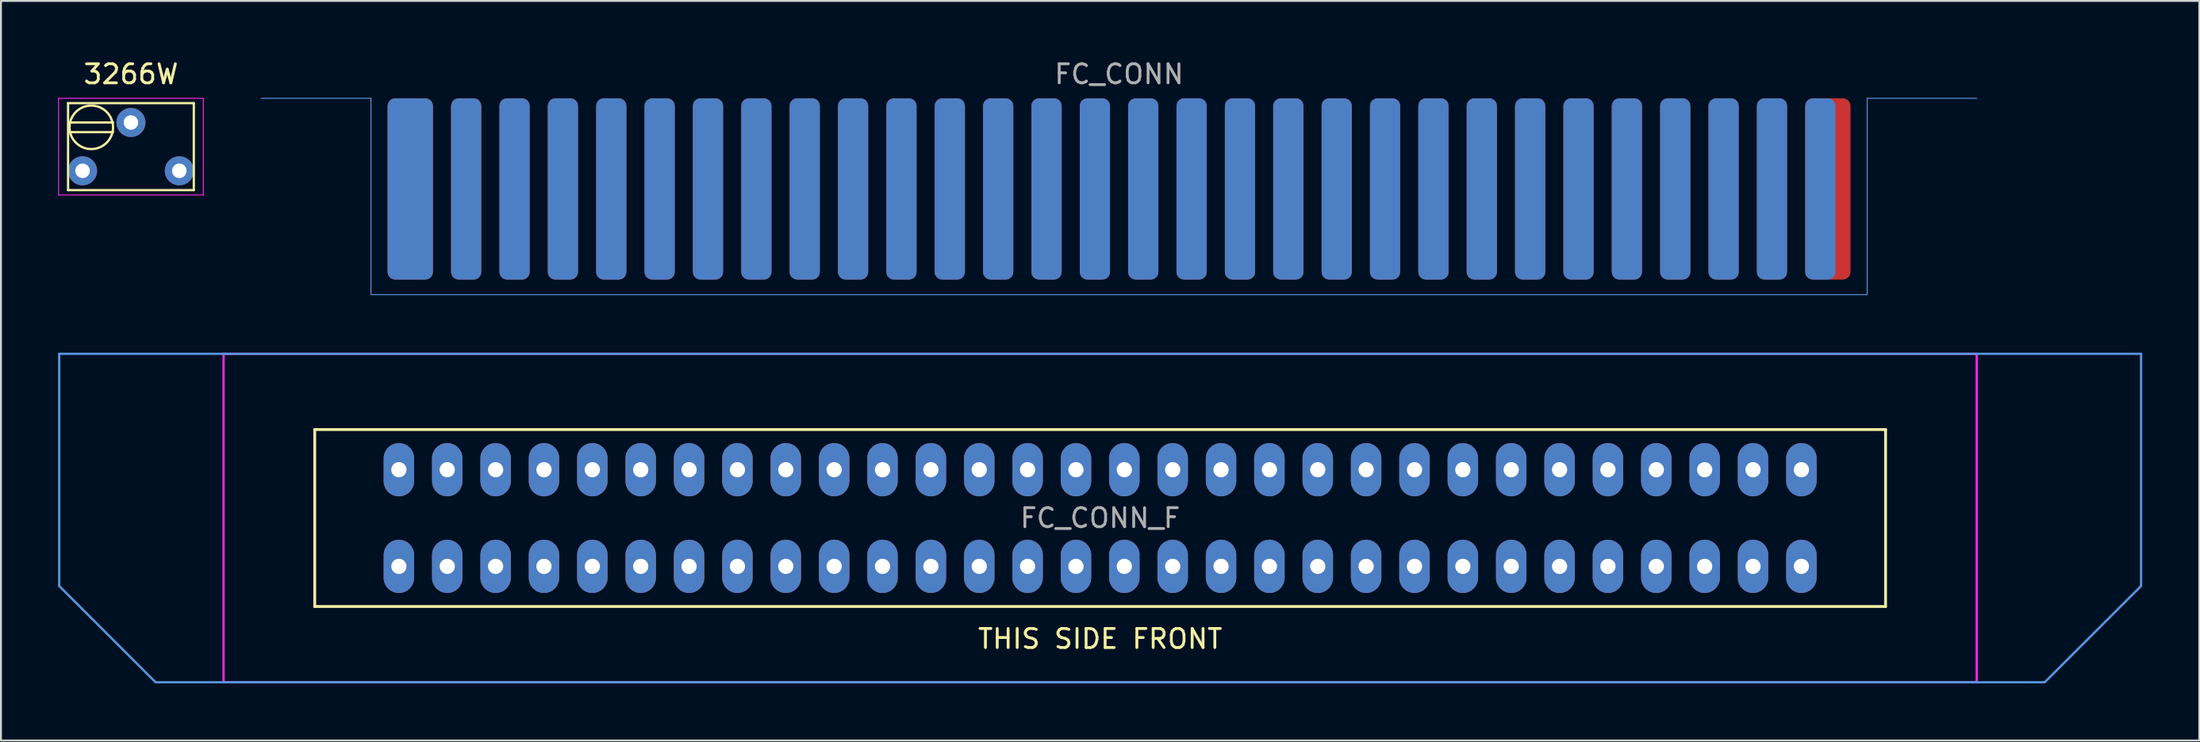
<source format=kicad_pcb>
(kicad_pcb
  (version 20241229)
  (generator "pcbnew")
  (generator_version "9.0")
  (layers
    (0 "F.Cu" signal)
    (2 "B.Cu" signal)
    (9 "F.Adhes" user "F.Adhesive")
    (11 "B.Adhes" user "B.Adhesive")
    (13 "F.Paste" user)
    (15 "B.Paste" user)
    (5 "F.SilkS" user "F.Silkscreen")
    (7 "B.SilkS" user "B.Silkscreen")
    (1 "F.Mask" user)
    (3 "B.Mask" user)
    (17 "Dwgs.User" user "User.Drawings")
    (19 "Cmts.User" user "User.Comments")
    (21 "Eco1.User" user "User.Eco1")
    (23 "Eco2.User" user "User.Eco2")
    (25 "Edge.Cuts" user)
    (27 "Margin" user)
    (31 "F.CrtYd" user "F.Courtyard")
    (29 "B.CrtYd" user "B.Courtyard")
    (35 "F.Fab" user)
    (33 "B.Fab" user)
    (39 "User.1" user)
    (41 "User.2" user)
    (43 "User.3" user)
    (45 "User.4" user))
  (footprint "FC_CONN"
    (layer "F.Cu")
    (at 55.724 2.118)
    (property "Reference" "FC_CONN" (at 0 -1.27 0) (layer "F.Fab") (effects (font (size 1 1) (thickness 0.15))))
    (attr through_hole)
    (fp_poly (pts (xy 39.291 10.319) (xy -39.291 10.319) (xy -39.291 3.969) (xy 39.291 3.969)) (stroke (width 0.1) (type solid)) (fill yes) (layer "F.Mask"))
    (fp_poly (pts (xy 39.291 10.319) (xy -39.291 10.319) (xy -39.291 3.969) (xy 39.291 3.969)) (stroke (width 0.1) (type solid)) (fill yes) (layer "B.Mask"))
    (fp_line (start -45.045 0) (end -39.291 0) (stroke (width 0.05) (type solid)) (layer "Cmts.User"))
    (fp_line (start -39.291 0) (end -39.291 10.319) (stroke (width 0.05) (type solid)) (layer "Cmts.User"))
    (fp_line (start -39.291 10.319) (end 39.291 10.319) (stroke (width 0.05) (type solid)) (layer "Cmts.User"))
    (fp_line (start 39.291 0) (end 39.291 10.319) (stroke (width 0.05) (type solid)) (layer "Cmts.User"))
    (fp_line (start 45.045 0) (end 39.291 0) (stroke (width 0.05) (type solid)) (layer "Cmts.User"))
    (pad "1" connect roundrect (at -37.227 4.763) (size 2.381 9.525) (layers "F.Cu") (roundrect_rratio 0.167))
    (pad "2" connect roundrect (at -34.29 4.763) (size 1.587 9.525) (layers "F.Cu") (roundrect_rratio 0.25))
    (pad "3" connect roundrect (at -31.75 4.763) (size 1.587 9.525) (layers "F.Cu") (roundrect_rratio 0.25))
    (pad "4" connect roundrect (at -29.21 4.763) (size 1.587 9.525) (layers "F.Cu") (roundrect_rratio 0.25))
    (pad "5" connect roundrect (at -26.67 4.763) (size 1.587 9.525) (layers "F.Cu") (roundrect_rratio 0.25))
    (pad "6" connect roundrect (at -24.13 4.763) (size 1.587 9.525) (layers "F.Cu") (roundrect_rratio 0.25))
    (pad "7" connect roundrect (at -21.59 4.763) (size 1.587 9.525) (layers "F.Cu") (roundrect_rratio 0.25))
    (pad "8" connect roundrect (at -19.05 4.763) (size 1.587 9.525) (layers "F.Cu") (roundrect_rratio 0.25))
    (pad "9" connect roundrect (at -16.51 4.763) (size 1.587 9.525) (layers "F.Cu") (roundrect_rratio 0.25))
    (pad "10" connect roundrect (at -13.97 4.763) (size 1.587 9.525) (layers "F.Cu") (roundrect_rratio 0.25))
    (pad "11" connect roundrect (at -11.43 4.763) (size 1.587 9.525) (layers "F.Cu") (roundrect_rratio 0.25))
    (pad "12" connect roundrect (at -8.89 4.763) (size 1.587 9.525) (layers "F.Cu") (roundrect_rratio 0.25))
    (pad "13" connect roundrect (at -6.35 4.763) (size 1.587 9.525) (layers "F.Cu") (roundrect_rratio 0.25))
    (pad "14" connect roundrect (at -3.81 4.763) (size 1.587 9.525) (layers "F.Cu") (roundrect_rratio 0.25))
    (pad "15" connect roundrect (at -1.27 4.763) (size 1.587 9.525) (layers "F.Cu") (roundrect_rratio 0.25))
    (pad "16" connect roundrect (at 1.27 4.763) (size 1.587 9.525) (layers "F.Cu") (roundrect_rratio 0.25))
    (pad "17" connect roundrect (at 3.81 4.763) (size 1.587 9.525) (layers "F.Cu") (roundrect_rratio 0.25))
    (pad "18" connect roundrect (at 6.35 4.763) (size 1.587 9.525) (layers "F.Cu") (roundrect_rratio 0.25))
    (pad "19" connect roundrect (at 8.89 4.763) (size 1.587 9.525) (layers "F.Cu") (roundrect_rratio 0.25))
    (pad "20" connect roundrect (at 11.43 4.763) (size 1.587 9.525) (layers "F.Cu") (roundrect_rratio 0.25))
    (pad "21" connect roundrect (at 13.97 4.763) (size 1.587 9.525) (layers "F.Cu") (roundrect_rratio 0.25))
    (pad "22" connect roundrect (at 16.51 4.763) (size 1.587 9.525) (layers "F.Cu") (roundrect_rratio 0.25))
    (pad "23" connect roundrect (at 19.05 4.763) (size 1.587 9.525) (layers "F.Cu") (roundrect_rratio 0.25))
    (pad "24" connect roundrect (at 21.59 4.763) (size 1.587 9.525) (layers "F.Cu") (roundrect_rratio 0.25))
    (pad "25" connect roundrect (at 24.13 4.763) (size 1.587 9.525) (layers "F.Cu") (roundrect_rratio 0.25))
    (pad "26" connect roundrect (at 26.67 4.763) (size 1.587 9.525) (layers "F.Cu") (roundrect_rratio 0.25))
    (pad "27" connect roundrect (at 29.21 4.763) (size 1.587 9.525) (layers "F.Cu") (roundrect_rratio 0.25))
    (pad "28" connect roundrect (at 31.75 4.763) (size 1.587 9.525) (layers "F.Cu") (roundrect_rratio 0.25))
    (pad "29" connect roundrect (at 34.29 4.763) (size 1.587 9.525) (layers "F.Cu") (roundrect_rratio 0.25))
    (pad "30" connect roundrect (at 37.227 4.763) (size 2.381 9.525) (layers "F.Cu") (roundrect_rratio 0.167))
    (pad "31" connect roundrect (at -37.227 4.763) (size 2.381 9.525) (layers "B.Cu") (roundrect_rratio 0.167))
    (pad "32" connect roundrect (at -34.29 4.763 180) (size 1.587 9.525) (layers "B.Cu") (roundrect_rratio 0.25))
    (pad "33" connect roundrect (at -31.75 4.763 180) (size 1.587 9.525) (layers "B.Cu") (roundrect_rratio 0.25))
    (pad "34" connect roundrect (at -29.21 4.763 180) (size 1.587 9.525) (layers "B.Cu") (roundrect_rratio 0.25))
    (pad "35" connect roundrect (at -26.67 4.763 180) (size 1.587 9.525) (layers "B.Cu") (roundrect_rratio 0.25))
    (pad "36" connect roundrect (at -24.13 4.763 180) (size 1.587 9.525) (layers "B.Cu") (roundrect_rratio 0.25))
    (pad "37" connect roundrect (at -21.59 4.763 180) (size 1.587 9.525) (layers "B.Cu") (roundrect_rratio 0.25))
    (pad "38" connect roundrect (at -19.05 4.763 180) (size 1.587 9.525) (layers "B.Cu") (roundrect_rratio 0.25))
    (pad "39" connect roundrect (at -16.51 4.763 180) (size 1.587 9.525) (layers "B.Cu") (roundrect_rratio 0.25))
    (pad "40" connect roundrect (at -13.97 4.763 180) (size 1.587 9.525) (layers "B.Cu") (roundrect_rratio 0.25))
    (pad "41" connect roundrect (at -11.43 4.763 180) (size 1.587 9.525) (layers "B.Cu") (roundrect_rratio 0.25))
    (pad "42" connect roundrect (at -8.89 4.763 180) (size 1.587 9.525) (layers "B.Cu") (roundrect_rratio 0.25))
    (pad "43" connect roundrect (at -6.35 4.763 180) (size 1.587 9.525) (layers "B.Cu") (roundrect_rratio 0.25))
    (pad "44" connect roundrect (at -3.81 4.763 180) (size 1.587 9.525) (layers "B.Cu") (roundrect_rratio 0.25))
    (pad "45" connect roundrect (at -1.27 4.763 180) (size 1.587 9.525) (layers "B.Cu") (roundrect_rratio 0.25))
    (pad "46" connect roundrect (at 1.27 4.763 180) (size 1.587 9.525) (layers "B.Cu") (roundrect_rratio 0.25))
    (pad "47" connect roundrect (at 3.81 4.763 180) (size 1.587 9.525) (layers "B.Cu") (roundrect_rratio 0.25))
    (pad "48" connect roundrect (at 6.35 4.763 180) (size 1.587 9.525) (layers "B.Cu") (roundrect_rratio 0.25))
    (pad "49" connect roundrect (at 8.89 4.763 180) (size 1.587 9.525) (layers "B.Cu") (roundrect_rratio 0.25))
    (pad "50" connect roundrect (at 11.43 4.763 180) (size 1.587 9.525) (layers "B.Cu") (roundrect_rratio 0.25))
    (pad "51" connect roundrect (at 13.97 4.763 180) (size 1.587 9.525) (layers "B.Cu") (roundrect_rratio 0.25))
    (pad "52" connect roundrect (at 16.51 4.763 180) (size 1.587 9.525) (layers "B.Cu") (roundrect_rratio 0.25))
    (pad "53" connect roundrect (at 19.05 4.763 180) (size 1.587 9.525) (layers "B.Cu") (roundrect_rratio 0.25))
    (pad "54" connect roundrect (at 21.59 4.763 180) (size 1.587 9.525) (layers "B.Cu") (roundrect_rratio 0.25))
    (pad "55" connect roundrect (at 24.13 4.763 180) (size 1.587 9.525) (layers "B.Cu") (roundrect_rratio 0.25))
    (pad "56" connect roundrect (at 26.67 4.763 180) (size 1.587 9.525) (layers "B.Cu") (roundrect_rratio 0.25))
    (pad "57" connect roundrect (at 29.21 4.763 180) (size 1.587 9.525) (layers "B.Cu") (roundrect_rratio 0.25))
    (pad "58" connect roundrect (at 31.75 4.763 180) (size 1.587 9.525) (layers "B.Cu") (roundrect_rratio 0.25))
    (pad "59" connect roundrect (at 34.29 4.763 180) (size 1.587 9.525) (layers "B.Cu") (roundrect_rratio 0.25))
    (pad "60" connect roundrect (at 36.83 4.763 180) (size 1.587 9.525) (layers "B.Cu") (roundrect_rratio 0.25)))
  (footprint "FC_CONN_F"
    (layer "F.Cu")
    (at 54.73 24.179)
    (property "Reference" "FC_CONN_F" (at 0 0 0) (layer "F.Fab") (effects (font (size 1 1) (thickness 0.15))))
    (attr through_hole)
    (fp_line (start -41.25 -4.65) (end -41.25 4.65) (stroke (width 0.15) (type solid)) (layer "F.SilkS"))
    (fp_line (start -41.25 -4.65) (end 41.25 -4.65) (stroke (width 0.15) (type solid)) (layer "F.SilkS"))
    (fp_line (start 41.25 -4.65) (end 41.25 4.65) (stroke (width 0.15) (type solid)) (layer "F.SilkS"))
    (fp_line (start 41.25 4.65) (end -41.25 4.65) (stroke (width 0.15) (type solid)) (layer "F.SilkS"))
    (fp_line (start -54.67 -8.632) (end -54.67 3.572) (stroke (width 0.12) (type solid)) (layer "Cmts.User"))
    (fp_line (start -54.67 -8.632) (end 54.67 -8.632) (stroke (width 0.12) (type solid)) (layer "Cmts.User"))
    (fp_line (start -54.67 3.572) (end -49.609 8.632) (stroke (width 0.12) (type solid)) (layer "Cmts.User"))
    (fp_line (start 49.609 8.632) (end -49.609 8.632) (stroke (width 0.12) (type solid)) (layer "Cmts.User"))
    (fp_line (start 49.609 8.632) (end 54.67 3.572) (stroke (width 0.12) (type solid)) (layer "Cmts.User"))
    (fp_line (start 54.67 -8.632) (end 54.67 3.572) (stroke (width 0.12) (type solid)) (layer "Cmts.User"))
    (fp_line (start -46.038 8.632) (end -46.038 -8.632) (stroke (width 0.12) (type solid)) (layer "F.CrtYd"))
    (fp_line (start -46.038 8.632) (end 46.038 8.632) (stroke (width 0.12) (type solid)) (layer "F.CrtYd"))
    (fp_line (start 46.038 -8.632) (end -46.038 -8.632) (stroke (width 0.12) (type solid)) (layer "F.CrtYd"))
    (fp_line (start 46.038 -8.632) (end 46.038 8.632) (stroke (width 0.12) (type solid)) (layer "F.CrtYd"))
    (fp_text user "THIS SIDE FRONT" (at 0 6.35 0) (layer "F.SilkS") (effects (font (size 1 1) (thickness 0.15))))
    (pad "1" thru_hole oval (at -36.83 2.54) (size 1.6 2.8) (drill 0.8) (layers "*.Cu" "*.Mask"))
    (pad "2" thru_hole oval (at -34.29 2.54) (size 1.6 2.8) (drill 0.8) (layers "*.Cu" "*.Mask"))
    (pad "3" thru_hole oval (at -31.75 2.54) (size 1.6 2.8) (drill 0.8) (layers "*.Cu" "*.Mask"))
    (pad "4" thru_hole oval (at -29.21 2.54) (size 1.6 2.8) (drill 0.8) (layers "*.Cu" "*.Mask"))
    (pad "5" thru_hole oval (at -26.67 2.54) (size 1.6 2.8) (drill 0.8) (layers "*.Cu" "*.Mask"))
    (pad "6" thru_hole oval (at -24.13 2.54) (size 1.6 2.8) (drill 0.8) (layers "*.Cu" "*.Mask"))
    (pad "7" thru_hole oval (at -21.59 2.54) (size 1.6 2.8) (drill 0.8) (layers "*.Cu" "*.Mask"))
    (pad "8" thru_hole oval (at -19.05 2.54) (size 1.6 2.8) (drill 0.8) (layers "*.Cu" "*.Mask"))
    (pad "9" thru_hole oval (at -16.51 2.54) (size 1.6 2.8) (drill 0.8) (layers "*.Cu" "*.Mask"))
    (pad "10" thru_hole oval (at -13.97 2.54) (size 1.6 2.8) (drill 0.8) (layers "*.Cu" "*.Mask"))
    (pad "11" thru_hole oval (at -11.43 2.54) (size 1.6 2.8) (drill 0.8) (layers "*.Cu" "*.Mask"))
    (pad "12" thru_hole oval (at -8.89 2.54) (size 1.6 2.8) (drill 0.8) (layers "*.Cu" "*.Mask"))
    (pad "13" thru_hole oval (at -6.35 2.54) (size 1.6 2.8) (drill 0.8) (layers "*.Cu" "*.Mask"))
    (pad "14" thru_hole oval (at -3.81 2.54) (size 1.6 2.8) (drill 0.8) (layers "*.Cu" "*.Mask"))
    (pad "15" thru_hole oval (at -1.27 2.54) (size 1.6 2.8) (drill 0.8) (layers "*.Cu" "*.Mask"))
    (pad "16" thru_hole oval (at 1.27 2.54) (size 1.6 2.8) (drill 0.8) (layers "*.Cu" "*.Mask"))
    (pad "17" thru_hole oval (at 3.81 2.54) (size 1.6 2.8) (drill 0.8) (layers "*.Cu" "*.Mask"))
    (pad "18" thru_hole oval (at 6.35 2.54) (size 1.6 2.8) (drill 0.8) (layers "*.Cu" "*.Mask"))
    (pad "19" thru_hole oval (at 8.89 2.54) (size 1.6 2.8) (drill 0.8) (layers "*.Cu" "*.Mask"))
    (pad "20" thru_hole oval (at 11.43 2.54) (size 1.6 2.8) (drill 0.8) (layers "*.Cu" "*.Mask"))
    (pad "21" thru_hole oval (at 13.97 2.54) (size 1.6 2.8) (drill 0.8) (layers "*.Cu" "*.Mask"))
    (pad "22" thru_hole oval (at 16.51 2.54) (size 1.6 2.8) (drill 0.8) (layers "*.Cu" "*.Mask"))
    (pad "23" thru_hole oval (at 19.05 2.54) (size 1.6 2.8) (drill 0.8) (layers "*.Cu" "*.Mask"))
    (pad "24" thru_hole oval (at 21.59 2.54) (size 1.6 2.8) (drill 0.8) (layers "*.Cu" "*.Mask"))
    (pad "25" thru_hole oval (at 24.13 2.54) (size 1.6 2.8) (drill 0.8) (layers "*.Cu" "*.Mask"))
    (pad "26" thru_hole oval (at 26.67 2.54) (size 1.6 2.8) (drill 0.8) (layers "*.Cu" "*.Mask"))
    (pad "27" thru_hole oval (at 29.21 2.54) (size 1.6 2.8) (drill 0.8) (layers "*.Cu" "*.Mask"))
    (pad "28" thru_hole oval (at 31.75 2.54) (size 1.6 2.8) (drill 0.8) (layers "*.Cu" "*.Mask"))
    (pad "29" thru_hole oval (at 34.29 2.54) (size 1.6 2.8) (drill 0.8) (layers "*.Cu" "*.Mask"))
    (pad "30" thru_hole oval (at 36.83 2.54) (size 1.6 2.8) (drill 0.8) (layers "*.Cu" "*.Mask"))
    (pad "31" thru_hole oval (at -36.83 -2.54) (size 1.6 2.8) (drill 0.8) (layers "*.Cu" "*.Mask"))
    (pad "32" thru_hole oval (at -34.29 -2.54) (size 1.6 2.8) (drill 0.8) (layers "*.Cu" "*.Mask"))
    (pad "33" thru_hole oval (at -31.75 -2.54) (size 1.6 2.8) (drill 0.8) (layers "*.Cu" "*.Mask"))
    (pad "34" thru_hole oval (at -29.21 -2.54) (size 1.6 2.8) (drill 0.8) (layers "*.Cu" "*.Mask"))
    (pad "35" thru_hole oval (at -26.67 -2.54) (size 1.6 2.8) (drill 0.8) (layers "*.Cu" "*.Mask"))
    (pad "36" thru_hole oval (at -24.13 -2.54) (size 1.6 2.8) (drill 0.8) (layers "*.Cu" "*.Mask"))
    (pad "37" thru_hole oval (at -21.59 -2.54) (size 1.6 2.8) (drill 0.8) (layers "*.Cu" "*.Mask"))
    (pad "38" thru_hole oval (at -19.05 -2.54) (size 1.6 2.8) (drill 0.8) (layers "*.Cu" "*.Mask"))
    (pad "39" thru_hole oval (at -16.51 -2.54) (size 1.6 2.8) (drill 0.8) (layers "*.Cu" "*.Mask"))
    (pad "40" thru_hole oval (at -13.97 -2.54) (size 1.6 2.8) (drill 0.8) (layers "*.Cu" "*.Mask"))
    (pad "41" thru_hole oval (at -11.43 -2.54) (size 1.6 2.8) (drill 0.8) (layers "*.Cu" "*.Mask"))
    (pad "42" thru_hole oval (at -8.89 -2.54) (size 1.6 2.8) (drill 0.8) (layers "*.Cu" "*.Mask"))
    (pad "43" thru_hole oval (at -6.35 -2.54) (size 1.6 2.8) (drill 0.8) (layers "*.Cu" "*.Mask"))
    (pad "44" thru_hole oval (at -3.81 -2.54) (size 1.6 2.8) (drill 0.8) (layers "*.Cu" "*.Mask"))
    (pad "45" thru_hole oval (at -1.27 -2.54) (size 1.6 2.8) (drill 0.8) (layers "*.Cu" "*.Mask"))
    (pad "46" thru_hole oval (at 1.27 -2.54) (size 1.6 2.8) (drill 0.8) (layers "*.Cu" "*.Mask"))
    (pad "47" thru_hole oval (at 3.81 -2.54) (size 1.6 2.8) (drill 0.8) (layers "*.Cu" "*.Mask"))
    (pad "48" thru_hole oval (at 6.35 -2.54) (size 1.6 2.8) (drill 0.8) (layers "*.Cu" "*.Mask"))
    (pad "49" thru_hole oval (at 8.89 -2.54) (size 1.6 2.8) (drill 0.8) (layers "*.Cu" "*.Mask"))
    (pad "50" thru_hole oval (at 11.43 -2.54) (size 1.6 2.8) (drill 0.8) (layers "*.Cu" "*.Mask"))
    (pad "51" thru_hole oval (at 13.97 -2.54) (size 1.6 2.8) (drill 0.8) (layers "*.Cu" "*.Mask"))
    (pad "52" thru_hole oval (at 16.51 -2.54) (size 1.6 2.8) (drill 0.8) (layers "*.Cu" "*.Mask"))
    (pad "53" thru_hole oval (at 19.05 -2.54) (size 1.6 2.8) (drill 0.8) (layers "*.Cu" "*.Mask"))
    (pad "54" thru_hole oval (at 21.59 -2.54) (size 1.6 2.8) (drill 0.8) (layers "*.Cu" "*.Mask"))
    (pad "55" thru_hole oval (at 24.13 -2.54) (size 1.6 2.8) (drill 0.8) (layers "*.Cu" "*.Mask"))
    (pad "56" thru_hole oval (at 26.67 -2.54) (size 1.6 2.8) (drill 0.8) (layers "*.Cu" "*.Mask"))
    (pad "57" thru_hole oval (at 29.21 -2.54) (size 1.6 2.8) (drill 0.8) (layers "*.Cu" "*.Mask"))
    (pad "58" thru_hole oval (at 31.75 -2.54) (size 1.6 2.8) (drill 0.8) (layers "*.Cu" "*.Mask"))
    (pad "59" thru_hole oval (at 34.29 -2.54) (size 1.6 2.8) (drill 0.8) (layers "*.Cu" "*.Mask"))
    (pad "60" thru_hole oval (at 36.83 -2.54) (size 1.6 2.8) (drill 0.8) (layers "*.Cu" "*.Mask")))
  (footprint "3266W"
    (layer "F.Cu")
    (at 3.827 4.658)
    (property "Reference" "3266W" (at 0 -3.81 0) (layer "F.SilkS") (effects (font (size 1 1) (thickness 0.15))))
    (attr through_hole)
    (fp_line (start -3.302 -2.286) (end -3.302 2.286) (stroke (width 0.12) (type solid)) (layer "F.SilkS"))
    (fp_line (start -3.302 -2.286) (end 3.302 -2.286) (stroke (width 0.12) (type solid)) (layer "F.SilkS"))
    (fp_line (start -3.302 2.286) (end 3.302 2.286) (stroke (width 0.12) (type solid)) (layer "F.SilkS"))
    (fp_line (start -0.94 -1.27) (end -3.226 -1.27) (stroke (width 0.12) (type solid)) (layer "F.SilkS"))
    (fp_line (start -0.94 -0.762) (end -3.226 -0.762) (stroke (width 0.12) (type solid)) (layer "F.SilkS"))
    (fp_line (start 3.302 -2.286) (end 3.302 2.286) (stroke (width 0.12) (type solid)) (layer "F.SilkS"))
    (fp_circle (center -2.083 -1.016) (end -0.94 -1.016) (stroke (width 0.12) (type solid)) (fill no) (layer "F.SilkS"))
    (fp_line (start -3.802 -2.54) (end -3.802 2.54) (stroke (width 0.05) (type solid)) (layer "F.CrtYd"))
    (fp_line (start -3.802 -2.54) (end 3.802 -2.54) (stroke (width 0.05) (type solid)) (layer "F.CrtYd"))
    (fp_line (start -3.802 2.54) (end 3.802 2.54) (stroke (width 0.05) (type solid)) (layer "F.CrtYd"))
    (fp_line (start 3.802 -2.54) (end 3.802 2.54) (stroke (width 0.05) (type solid)) (layer "F.CrtYd"))
    (pad "1" thru_hole circle (at -2.54 1.27) (size 1.524 1.524) (drill 0.762) (layers "*.Cu" "*.Mask"))
    (pad "2" thru_hole circle (at 0 -1.27) (size 1.524 1.524) (drill 0.762) (layers "*.Cu" "*.Mask"))
    (pad "3" thru_hole circle (at 2.54 1.27) (size 1.524 1.524) (drill 0.762) (layers "*.Cu" "*.Mask")))
  (gr_rect
    (start -3 -3)
    (end 112.459 35.871)
    (stroke (width 0.1) (type default))
    (fill no)
    (layer "Edge.Cuts")))
</source>
